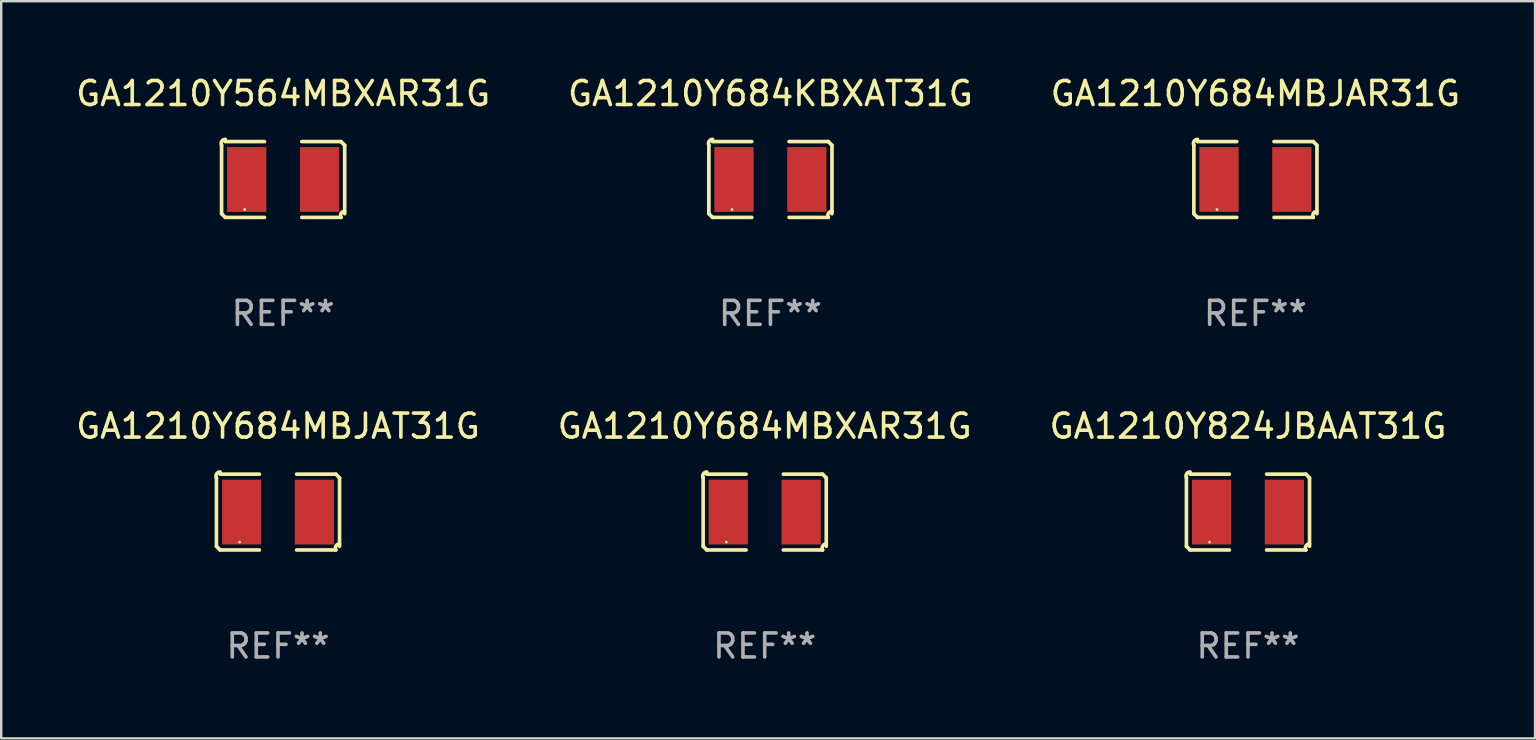
<source format=kicad_pcb>
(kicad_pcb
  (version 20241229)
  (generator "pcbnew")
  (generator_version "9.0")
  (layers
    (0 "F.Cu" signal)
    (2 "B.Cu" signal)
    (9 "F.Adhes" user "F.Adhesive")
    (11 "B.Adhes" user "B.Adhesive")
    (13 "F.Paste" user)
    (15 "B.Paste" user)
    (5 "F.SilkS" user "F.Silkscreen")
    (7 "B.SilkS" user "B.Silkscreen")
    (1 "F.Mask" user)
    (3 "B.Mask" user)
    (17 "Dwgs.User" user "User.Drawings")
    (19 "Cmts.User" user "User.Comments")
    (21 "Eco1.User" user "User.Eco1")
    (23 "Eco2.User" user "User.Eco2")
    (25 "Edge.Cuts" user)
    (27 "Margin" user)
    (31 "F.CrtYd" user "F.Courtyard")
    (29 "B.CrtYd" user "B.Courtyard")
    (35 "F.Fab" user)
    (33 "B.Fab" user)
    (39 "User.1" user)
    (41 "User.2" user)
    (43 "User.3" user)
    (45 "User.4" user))
  (footprint "GA1210Y684MBJAT31G"
    (layer "F.Cu")
    (at 8.53 18.281)
    (property "Reference" "GA1210Y684MBJAT31G" (at 0 -3.579 0) (layer "F.SilkS") (effects (font (size 1 1) (thickness 0.15))))
    (attr through_hole)
    (fp_line (start -2.564 1.426) (end -2.564 -1.426) (stroke (width 0.152) (type solid)) (layer "F.SilkS"))
    (fp_line (start -2.411 -1.579) (end -0.776 -1.579) (stroke (width 0.152) (type solid)) (layer "F.SilkS"))
    (fp_line (start -0.776 1.579) (end -2.411 1.579) (stroke (width 0.152) (type solid)) (layer "F.SilkS"))
    (fp_line (start 0.776 1.579) (end 2.411 1.579) (stroke (width 0.152) (type solid)) (layer "F.SilkS"))
    (fp_line (start 2.411 -1.579) (end 0.776 -1.579) (stroke (width 0.152) (type solid)) (layer "F.SilkS"))
    (fp_line (start 2.564 1.426) (end 2.564 -1.426) (stroke (width 0.152) (type solid)) (layer "F.SilkS"))
    (fp_arc (start -2.563602 -1.426213) (mid -2.555597 -1.591233) (end -2.411201 -1.671518) (stroke (width 0.1524) (type solid)) (layer "F.SilkS"))
    (fp_arc (start -2.5636 1.426214) (mid -2.487389 1.502402) (end -2.411201 1.578613) (stroke (width 0.1524) (type solid)) (layer "F.SilkS"))
    (fp_arc (start 2.411197 -1.578618) (mid 2.487403 -1.502419) (end 2.563602 -1.426213) (stroke (width 0.1524) (type solid)) (layer "F.SilkS"))
    (fp_arc (start 2.411201 1.578613) (mid 2.416214 1.409455) (end 2.563602 1.32629) (stroke (width 0.1524) (type solid)) (layer "F.SilkS"))
    (fp_circle (center -1.6 1.25) (end -1.57 1.25) (stroke (width 0.06) (type solid)) (fill no) (layer "F.SilkS"))
    (fp_text user "REF**" (at 0 5.579 0) (layer "F.Fab") (effects (font (size 1 1) (thickness 0.15))))
    (pad "1" smd rect (at -1.517 0) (size 1.635 2.7) (layers "F.Cu" "F.Mask" "F.Paste"))
    (pad "2" smd rect (at 1.517 0) (size 1.635 2.7) (layers "F.Cu" "F.Mask" "F.Paste")))
  (footprint "GA1210Y824JBAAT31G"
    (layer "F.Cu")
    (at 48.935 18.281)
    (property "Reference" "GA1210Y824JBAAT31G" (at 0 -3.579 0) (layer "F.SilkS") (effects (font (size 1 1) (thickness 0.15))))
    (attr through_hole)
    (fp_line (start -2.564 1.426) (end -2.564 -1.426) (stroke (width 0.152) (type solid)) (layer "F.SilkS"))
    (fp_line (start -2.411 -1.579) (end -0.776 -1.579) (stroke (width 0.152) (type solid)) (layer "F.SilkS"))
    (fp_line (start -0.776 1.579) (end -2.411 1.579) (stroke (width 0.152) (type solid)) (layer "F.SilkS"))
    (fp_line (start 0.776 1.579) (end 2.411 1.579) (stroke (width 0.152) (type solid)) (layer "F.SilkS"))
    (fp_line (start 2.411 -1.579) (end 0.776 -1.579) (stroke (width 0.152) (type solid)) (layer "F.SilkS"))
    (fp_line (start 2.564 1.426) (end 2.564 -1.426) (stroke (width 0.152) (type solid)) (layer "F.SilkS"))
    (fp_arc (start -2.563602 -1.426213) (mid -2.555597 -1.591233) (end -2.411201 -1.671518) (stroke (width 0.1524) (type solid)) (layer "F.SilkS"))
    (fp_arc (start -2.5636 1.426214) (mid -2.487389 1.502402) (end -2.411201 1.578613) (stroke (width 0.1524) (type solid)) (layer "F.SilkS"))
    (fp_arc (start 2.411197 -1.578618) (mid 2.487403 -1.502419) (end 2.563602 -1.426213) (stroke (width 0.1524) (type solid)) (layer "F.SilkS"))
    (fp_arc (start 2.411201 1.578613) (mid 2.416214 1.409455) (end 2.563602 1.32629) (stroke (width 0.1524) (type solid)) (layer "F.SilkS"))
    (fp_circle (center -1.6 1.25) (end -1.57 1.25) (stroke (width 0.06) (type solid)) (fill no) (layer "F.SilkS"))
    (fp_text user "REF**" (at 0 5.579 0) (layer "F.Fab") (effects (font (size 1 1) (thickness 0.15))))
    (pad "1" smd rect (at -1.517 0) (size 1.635 2.7) (layers "F.Cu" "F.Mask" "F.Paste"))
    (pad "2" smd rect (at 1.517 0) (size 1.635 2.7) (layers "F.Cu" "F.Mask" "F.Paste")))
  (footprint "GA1210Y684KBXAT31G"
    (layer "F.Cu")
    (at 29.042 4.427)
    (property "Reference" "GA1210Y684KBXAT31G" (at 0 -3.579 0) (layer "F.SilkS") (effects (font (size 1 1) (thickness 0.15))))
    (attr through_hole)
    (fp_line (start -2.564 1.426) (end -2.564 -1.426) (stroke (width 0.152) (type solid)) (layer "F.SilkS"))
    (fp_line (start -2.411 -1.579) (end -0.776 -1.579) (stroke (width 0.152) (type solid)) (layer "F.SilkS"))
    (fp_line (start -0.776 1.579) (end -2.411 1.579) (stroke (width 0.152) (type solid)) (layer "F.SilkS"))
    (fp_line (start 0.776 1.579) (end 2.411 1.579) (stroke (width 0.152) (type solid)) (layer "F.SilkS"))
    (fp_line (start 2.411 -1.579) (end 0.776 -1.579) (stroke (width 0.152) (type solid)) (layer "F.SilkS"))
    (fp_line (start 2.564 1.426) (end 2.564 -1.426) (stroke (width 0.152) (type solid)) (layer "F.SilkS"))
    (fp_arc (start -2.563602 -1.426213) (mid -2.555597 -1.591233) (end -2.411201 -1.671518) (stroke (width 0.1524) (type solid)) (layer "F.SilkS"))
    (fp_arc (start -2.5636 1.426214) (mid -2.487389 1.502402) (end -2.411201 1.578613) (stroke (width 0.1524) (type solid)) (layer "F.SilkS"))
    (fp_arc (start 2.411197 -1.578618) (mid 2.487403 -1.502419) (end 2.563602 -1.426213) (stroke (width 0.1524) (type solid)) (layer "F.SilkS"))
    (fp_arc (start 2.411201 1.578613) (mid 2.416214 1.409455) (end 2.563602 1.32629) (stroke (width 0.1524) (type solid)) (layer "F.SilkS"))
    (fp_circle (center -1.6 1.25) (end -1.57 1.25) (stroke (width 0.06) (type solid)) (fill no) (layer "F.SilkS"))
    (fp_text user "REF**" (at 0 5.579 0) (layer "F.Fab") (effects (font (size 1 1) (thickness 0.15))))
    (pad "1" smd rect (at -1.517 0) (size 1.635 2.7) (layers "F.Cu" "F.Mask" "F.Paste"))
    (pad "2" smd rect (at 1.517 0) (size 1.635 2.7) (layers "F.Cu" "F.Mask" "F.Paste")))
  (footprint "GA1210Y564MBXAR31G"
    (layer "F.Cu")
    (at 8.744 4.427)
    (property "Reference" "GA1210Y564MBXAR31G" (at 0 -3.579 0) (layer "F.SilkS") (effects (font (size 1 1) (thickness 0.15))))
    (attr through_hole)
    (fp_line (start -2.564 1.426) (end -2.564 -1.426) (stroke (width 0.152) (type solid)) (layer "F.SilkS"))
    (fp_line (start -2.411 -1.579) (end -0.776 -1.579) (stroke (width 0.152) (type solid)) (layer "F.SilkS"))
    (fp_line (start -0.776 1.579) (end -2.411 1.579) (stroke (width 0.152) (type solid)) (layer "F.SilkS"))
    (fp_line (start 0.776 1.579) (end 2.411 1.579) (stroke (width 0.152) (type solid)) (layer "F.SilkS"))
    (fp_line (start 2.411 -1.579) (end 0.776 -1.579) (stroke (width 0.152) (type solid)) (layer "F.SilkS"))
    (fp_line (start 2.564 1.426) (end 2.564 -1.426) (stroke (width 0.152) (type solid)) (layer "F.SilkS"))
    (fp_arc (start -2.563602 -1.426213) (mid -2.555597 -1.591233) (end -2.411201 -1.671518) (stroke (width 0.1524) (type solid)) (layer "F.SilkS"))
    (fp_arc (start -2.5636 1.426214) (mid -2.487389 1.502402) (end -2.411201 1.578613) (stroke (width 0.1524) (type solid)) (layer "F.SilkS"))
    (fp_arc (start 2.411197 -1.578618) (mid 2.487403 -1.502419) (end 2.563602 -1.426213) (stroke (width 0.1524) (type solid)) (layer "F.SilkS"))
    (fp_arc (start 2.411201 1.578613) (mid 2.416214 1.409455) (end 2.563602 1.32629) (stroke (width 0.1524) (type solid)) (layer "F.SilkS"))
    (fp_circle (center -1.6 1.25) (end -1.57 1.25) (stroke (width 0.06) (type solid)) (fill no) (layer "F.SilkS"))
    (fp_text user "REF**" (at 0 5.579 0) (layer "F.Fab") (effects (font (size 1 1) (thickness 0.15))))
    (pad "1" smd rect (at -1.517 0) (size 1.635 2.7) (layers "F.Cu" "F.Mask" "F.Paste"))
    (pad "2" smd rect (at 1.517 0) (size 1.635 2.7) (layers "F.Cu" "F.Mask" "F.Paste")))
  (footprint "GA1210Y684MBJAR31G"
    (layer "F.Cu")
    (at 49.244 4.427)
    (property "Reference" "GA1210Y684MBJAR31G" (at 0 -3.579 0) (layer "F.SilkS") (effects (font (size 1 1) (thickness 0.15))))
    (attr through_hole)
    (fp_line (start -2.564 1.426) (end -2.564 -1.426) (stroke (width 0.152) (type solid)) (layer "F.SilkS"))
    (fp_line (start -2.411 -1.579) (end -0.776 -1.579) (stroke (width 0.152) (type solid)) (layer "F.SilkS"))
    (fp_line (start -0.776 1.579) (end -2.411 1.579) (stroke (width 0.152) (type solid)) (layer "F.SilkS"))
    (fp_line (start 0.776 1.579) (end 2.411 1.579) (stroke (width 0.152) (type solid)) (layer "F.SilkS"))
    (fp_line (start 2.411 -1.579) (end 0.776 -1.579) (stroke (width 0.152) (type solid)) (layer "F.SilkS"))
    (fp_line (start 2.564 1.426) (end 2.564 -1.426) (stroke (width 0.152) (type solid)) (layer "F.SilkS"))
    (fp_arc (start -2.563602 -1.426213) (mid -2.555597 -1.591233) (end -2.411201 -1.671518) (stroke (width 0.1524) (type solid)) (layer "F.SilkS"))
    (fp_arc (start -2.5636 1.426214) (mid -2.487389 1.502402) (end -2.411201 1.578613) (stroke (width 0.1524) (type solid)) (layer "F.SilkS"))
    (fp_arc (start 2.411197 -1.578618) (mid 2.487403 -1.502419) (end 2.563602 -1.426213) (stroke (width 0.1524) (type solid)) (layer "F.SilkS"))
    (fp_arc (start 2.411201 1.578613) (mid 2.416214 1.409455) (end 2.563602 1.32629) (stroke (width 0.1524) (type solid)) (layer "F.SilkS"))
    (fp_circle (center -1.6 1.25) (end -1.57 1.25) (stroke (width 0.06) (type solid)) (fill no) (layer "F.SilkS"))
    (fp_text user "REF**" (at 0 5.579 0) (layer "F.Fab") (effects (font (size 1 1) (thickness 0.15))))
    (pad "1" smd rect (at -1.517 0) (size 1.635 2.7) (layers "F.Cu" "F.Mask" "F.Paste"))
    (pad "2" smd rect (at 1.517 0) (size 1.635 2.7) (layers "F.Cu" "F.Mask" "F.Paste")))
  (footprint "GA1210Y684MBXAR31G"
    (layer "F.Cu")
    (at 28.804 18.281)
    (property "Reference" "GA1210Y684MBXAR31G" (at 0 -3.579 0) (layer "F.SilkS") (effects (font (size 1 1) (thickness 0.15))))
    (attr through_hole)
    (fp_line (start -2.564 1.426) (end -2.564 -1.426) (stroke (width 0.152) (type solid)) (layer "F.SilkS"))
    (fp_line (start -2.411 -1.579) (end -0.776 -1.579) (stroke (width 0.152) (type solid)) (layer "F.SilkS"))
    (fp_line (start -0.776 1.579) (end -2.411 1.579) (stroke (width 0.152) (type solid)) (layer "F.SilkS"))
    (fp_line (start 0.776 1.579) (end 2.411 1.579) (stroke (width 0.152) (type solid)) (layer "F.SilkS"))
    (fp_line (start 2.411 -1.579) (end 0.776 -1.579) (stroke (width 0.152) (type solid)) (layer "F.SilkS"))
    (fp_line (start 2.564 1.426) (end 2.564 -1.426) (stroke (width 0.152) (type solid)) (layer "F.SilkS"))
    (fp_arc (start -2.563602 -1.426213) (mid -2.555597 -1.591233) (end -2.411201 -1.671518) (stroke (width 0.1524) (type solid)) (layer "F.SilkS"))
    (fp_arc (start -2.5636 1.426214) (mid -2.487389 1.502402) (end -2.411201 1.578613) (stroke (width 0.1524) (type solid)) (layer "F.SilkS"))
    (fp_arc (start 2.411197 -1.578618) (mid 2.487403 -1.502419) (end 2.563602 -1.426213) (stroke (width 0.1524) (type solid)) (layer "F.SilkS"))
    (fp_arc (start 2.411201 1.578613) (mid 2.416214 1.409455) (end 2.563602 1.32629) (stroke (width 0.1524) (type solid)) (layer "F.SilkS"))
    (fp_circle (center -1.6 1.25) (end -1.57 1.25) (stroke (width 0.06) (type solid)) (fill no) (layer "F.SilkS"))
    (fp_text user "REF**" (at 0 5.579 0) (layer "F.Fab") (effects (font (size 1 1) (thickness 0.15))))
    (pad "1" smd rect (at -1.517 0) (size 1.635 2.7) (layers "F.Cu" "F.Mask" "F.Paste"))
    (pad "2" smd rect (at 1.517 0) (size 1.635 2.7) (layers "F.Cu" "F.Mask" "F.Paste")))
  (gr_rect
    (start -3 -3)
    (end 60.893 27.707)
    (stroke (width 0.1) (type default))
    (fill no)
    (layer "Edge.Cuts")))
</source>
